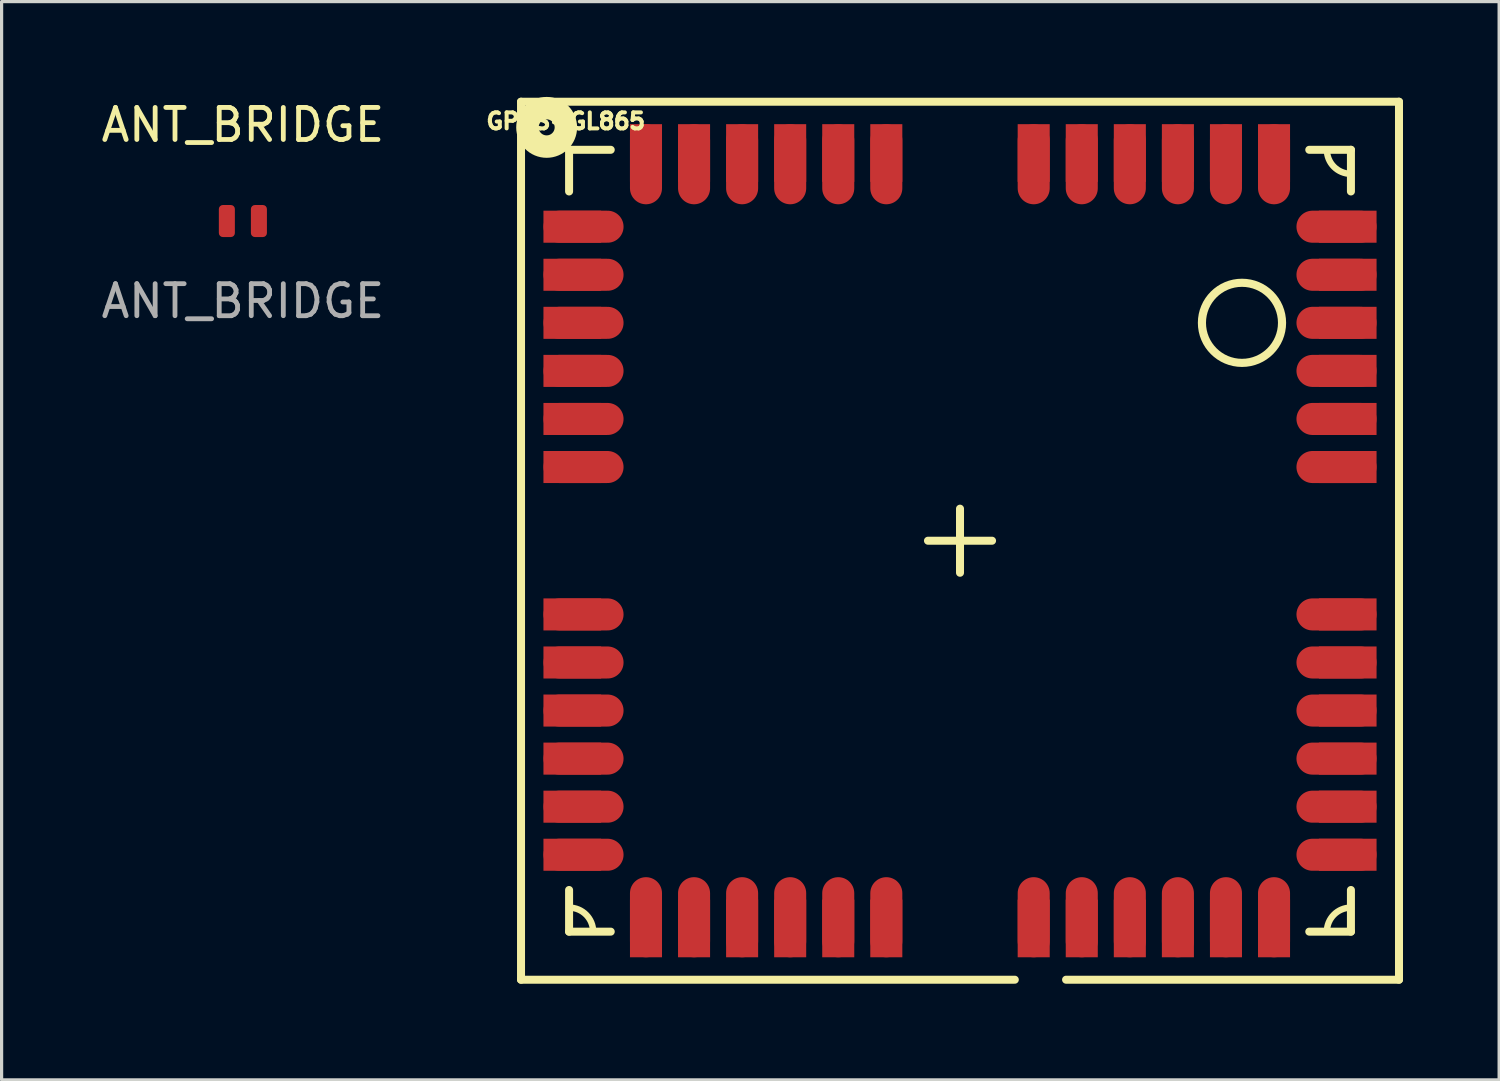
<source format=kicad_pcb>
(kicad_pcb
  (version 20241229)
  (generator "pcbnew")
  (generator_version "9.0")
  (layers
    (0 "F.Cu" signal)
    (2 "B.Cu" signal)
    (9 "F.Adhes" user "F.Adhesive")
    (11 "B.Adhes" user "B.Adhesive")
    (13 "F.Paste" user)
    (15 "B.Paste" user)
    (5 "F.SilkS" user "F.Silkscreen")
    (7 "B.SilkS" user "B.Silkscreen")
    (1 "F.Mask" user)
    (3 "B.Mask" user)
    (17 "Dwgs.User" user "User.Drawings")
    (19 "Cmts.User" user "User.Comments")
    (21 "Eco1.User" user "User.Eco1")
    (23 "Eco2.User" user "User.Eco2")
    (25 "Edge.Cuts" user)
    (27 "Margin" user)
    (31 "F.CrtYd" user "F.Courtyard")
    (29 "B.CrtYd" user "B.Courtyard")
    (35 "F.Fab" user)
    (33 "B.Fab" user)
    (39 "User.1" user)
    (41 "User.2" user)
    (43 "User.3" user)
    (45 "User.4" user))
  (footprint "GPRS-GL865"
    (layer "F.Cu")
    (at 26.91 13.825)
    (property "Reference" "GPRS-GL865" (at -14.85 -12.8 0) (unlocked yes) (layer "F.SilkS") (effects (font (size 0.5 0.5) (thickness 0.254)) (justify left bottom)))
    (fp_line (start -13.7 -13.7) (end 13.7 -13.7) (stroke (width 0.25) (type solid)) (layer "F.SilkS"))
    (fp_line (start -13.7 13.7) (end -13.7 -13.7) (stroke (width 0.25) (type solid)) (layer "F.SilkS"))
    (fp_line (start -13.7 13.7) (end 1.71 13.7) (stroke (width 0.25) (type solid)) (layer "F.SilkS"))
    (fp_line (start -12.2 -12.2) (end -10.9 -12.2) (stroke (width 0.25) (type solid)) (layer "F.SilkS"))
    (fp_line (start -12.2 -10.9) (end -12.2 -12.2) (stroke (width 0.25) (type solid)) (layer "F.SilkS"))
    (fp_line (start -12.2 12.2) (end -12.2 10.9) (stroke (width 0.25) (type solid)) (layer "F.SilkS"))
    (fp_line (start -12.2 12.2) (end -10.9 12.2) (stroke (width 0.25) (type solid)) (layer "F.SilkS"))
    (fp_line (start -1 -0.000002) (end 1 -0.000002) (stroke (width 0.25) (type solid)) (layer "F.SilkS"))
    (fp_line (start 0 1) (end 0 -1) (stroke (width 0.25) (type solid)) (layer "F.SilkS"))
    (fp_line (start 3.31 13.7) (end 13.7 13.7) (stroke (width 0.25) (type solid)) (layer "F.SilkS"))
    (fp_line (start 10.9 -12.2) (end 12.2 -12.2) (stroke (width 0.25) (type solid)) (layer "F.SilkS"))
    (fp_line (start 10.9 12.2) (end 12.2 12.2) (stroke (width 0.25) (type solid)) (layer "F.SilkS"))
    (fp_line (start 12.2 -10.9) (end 12.2 -12.2) (stroke (width 0.25) (type solid)) (layer "F.SilkS"))
    (fp_line (start 12.2 12.2) (end 12.2 10.9) (stroke (width 0.25) (type solid)) (layer "F.SilkS"))
    (fp_line (start 13.7 13.7) (end 13.7 -13.7) (stroke (width 0.25) (type solid)) (layer "F.SilkS"))
    (fp_arc (start -12.2 11.449996) (mid -11.66967 11.669666) (end -11.45 12.199996) (stroke (width 0.2) (type solid)) (layer "F.SilkS"))
    (fp_arc (start 11.450002 12.199996) (mid 11.669672 11.669666) (end 12.200002 11.449996) (stroke (width 0.2) (type solid)) (layer "F.SilkS"))
    (fp_arc (start 12.200002 -11.450003) (mid 11.669672 -11.669673) (end 11.450002 -12.200003) (stroke (width 0.2) (type solid)) (layer "F.SilkS"))
    (fp_circle (center -12.9 -12.9) (end -12.9 -13.15) (stroke (width 0.7) (type solid)) (fill no) (layer "F.SilkS"))
    (fp_circle (center 8.8 -6.8) (end 8.8 -8.05) (stroke (width 0.254) (type solid)) (fill no) (layer "F.SilkS"))
    (pad "1" smd rect (at -12.1 -9.8) (size 1.8 1) (layers "F.Cu" "F.Mask" "F.Paste"))
    (pad "1" smd oval (at -11.75 -9.8) (size 2.5 1) (layers "F.Cu" "F.Mask" "F.Paste"))
    (pad "2" smd rect (at -12.1 -8.3) (size 1.8 1) (layers "F.Cu" "F.Mask" "F.Paste"))
    (pad "2" smd oval (at -11.75 -8.3) (size 2.5 1) (layers "F.Cu" "F.Mask" "F.Paste"))
    (pad "3" smd rect (at -12.1 -6.8) (size 1.8 1) (layers "F.Cu" "F.Mask" "F.Paste"))
    (pad "3" smd oval (at -11.75 -6.8) (size 2.5 1) (layers "F.Cu" "F.Mask" "F.Paste"))
    (pad "4" smd rect (at -12.1 -5.3) (size 1.8 1) (layers "F.Cu" "F.Mask" "F.Paste"))
    (pad "4" smd oval (at -11.75 -5.3) (size 2.5 1) (layers "F.Cu" "F.Mask" "F.Paste"))
    (pad "5" smd rect (at -12.1 -3.8) (size 1.8 1) (layers "F.Cu" "F.Mask" "F.Paste"))
    (pad "5" smd oval (at -11.75 -3.8) (size 2.5 1) (layers "F.Cu" "F.Mask" "F.Paste"))
    (pad "6" smd rect (at -12.1 -2.3) (size 1.8 1) (layers "F.Cu" "F.Mask" "F.Paste"))
    (pad "6" smd oval (at -11.75 -2.3) (size 2.5 1) (layers "F.Cu" "F.Mask" "F.Paste"))
    (pad "7" smd rect (at -12.1 2.3) (size 1.8 1) (layers "F.Cu" "F.Mask" "F.Paste"))
    (pad "7" smd oval (at -11.75 2.3) (size 2.5 1) (layers "F.Cu" "F.Mask" "F.Paste"))
    (pad "8" smd rect (at -12.1 3.8) (size 1.8 1) (layers "F.Cu" "F.Mask" "F.Paste"))
    (pad "8" smd oval (at -11.75 3.8) (size 2.5 1) (layers "F.Cu" "F.Mask" "F.Paste"))
    (pad "9" smd rect (at -12.1 5.3) (size 1.8 1) (layers "F.Cu" "F.Mask" "F.Paste"))
    (pad "9" smd oval (at -11.75 5.3) (size 2.5 1) (layers "F.Cu" "F.Mask" "F.Paste"))
    (pad "10" smd rect (at -12.1 6.8) (size 1.8 1) (layers "F.Cu" "F.Mask" "F.Paste"))
    (pad "10" smd oval (at -11.75 6.8) (size 2.5 1) (layers "F.Cu" "F.Mask" "F.Paste"))
    (pad "11" smd rect (at -12.1 8.3) (size 1.8 1) (layers "F.Cu" "F.Mask" "F.Paste"))
    (pad "11" smd oval (at -11.75 8.3) (size 2.5 1) (layers "F.Cu" "F.Mask" "F.Paste"))
    (pad "12" smd rect (at -12.1 9.8) (size 1.8 1) (layers "F.Cu" "F.Mask" "F.Paste"))
    (pad "12" smd oval (at -11.75 9.8) (size 2.5 1) (layers "F.Cu" "F.Mask" "F.Paste"))
    (pad "13" smd oval (at -9.8 11.75 270) (size 2.5 1) (layers "F.Cu" "F.Mask" "F.Paste"))
    (pad "13" smd rect (at -9.8 12.1 270) (size 1.8 1) (layers "F.Cu" "F.Mask" "F.Paste"))
    (pad "14" smd oval (at -8.3 11.75 270) (size 2.5 1) (layers "F.Cu" "F.Mask" "F.Paste"))
    (pad "14" smd rect (at -8.3 12.1 270) (size 1.8 1) (layers "F.Cu" "F.Mask" "F.Paste"))
    (pad "15" smd oval (at -6.8 11.75 270) (size 2.5 1) (layers "F.Cu" "F.Mask" "F.Paste"))
    (pad "15" smd rect (at -6.8 12.1 270) (size 1.8 1) (layers "F.Cu" "F.Mask" "F.Paste"))
    (pad "16" smd oval (at -5.3 11.75 270) (size 2.5 1) (layers "F.Cu" "F.Mask" "F.Paste"))
    (pad "16" smd rect (at -5.3 12.1 270) (size 1.8 1) (layers "F.Cu" "F.Mask" "F.Paste"))
    (pad "17" smd oval (at -3.8 11.75 270) (size 2.5 1) (layers "F.Cu" "F.Mask" "F.Paste"))
    (pad "17" smd rect (at -3.8 12.1 270) (size 1.8 1) (layers "F.Cu" "F.Mask" "F.Paste"))
    (pad "18" smd oval (at -2.3 11.75 270) (size 2.5 1) (layers "F.Cu" "F.Mask" "F.Paste"))
    (pad "18" smd rect (at -2.3 12.1 270) (size 1.8 1) (layers "F.Cu" "F.Mask" "F.Paste"))
    (pad "19" smd oval (at 2.3 11.75 270) (size 2.5 1) (layers "F.Cu" "F.Mask" "F.Paste"))
    (pad "19" smd rect (at 2.3 12.1 270) (size 1.8 1) (layers "F.Cu" "F.Mask" "F.Paste"))
    (pad "20" smd oval (at 3.8 11.75 270) (size 2.5 1) (layers "F.Cu" "F.Mask" "F.Paste"))
    (pad "20" smd rect (at 3.8 12.1 270) (size 1.8 1) (layers "F.Cu" "F.Mask" "F.Paste"))
    (pad "21" smd oval (at 5.3 11.75 270) (size 2.5 1) (layers "F.Cu" "F.Mask" "F.Paste"))
    (pad "21" smd rect (at 5.3 12.1 270) (size 1.8 1) (layers "F.Cu" "F.Mask" "F.Paste"))
    (pad "22" smd oval (at 6.8 11.75 270) (size 2.5 1) (layers "F.Cu" "F.Mask" "F.Paste"))
    (pad "22" smd rect (at 6.8 12.1 270) (size 1.8 1) (layers "F.Cu" "F.Mask" "F.Paste"))
    (pad "23" smd oval (at 8.3 11.75 270) (size 2.5 1) (layers "F.Cu" "F.Mask" "F.Paste"))
    (pad "23" smd rect (at 8.3 12.1 270) (size 1.8 1) (layers "F.Cu" "F.Mask" "F.Paste"))
    (pad "24" smd oval (at 9.8 11.75 270) (size 2.5 1) (layers "F.Cu" "F.Mask" "F.Paste"))
    (pad "24" smd rect (at 9.8 12.1 270) (size 1.8 1) (layers "F.Cu" "F.Mask" "F.Paste"))
    (pad "25" smd oval (at 11.75 9.8 180) (size 2.5 1) (layers "F.Cu" "F.Mask" "F.Paste"))
    (pad "25" smd rect (at 12.1 9.8 180) (size 1.8 1) (layers "F.Cu" "F.Mask" "F.Paste"))
    (pad "26" smd oval (at 11.75 8.3 180) (size 2.5 1) (layers "F.Cu" "F.Mask" "F.Paste"))
    (pad "26" smd rect (at 12.1 8.3 180) (size 1.8 1) (layers "F.Cu" "F.Mask" "F.Paste"))
    (pad "27" smd oval (at 11.75 6.8 180) (size 2.5 1) (layers "F.Cu" "F.Mask" "F.Paste"))
    (pad "27" smd rect (at 12.1 6.8 180) (size 1.8 1) (layers "F.Cu" "F.Mask" "F.Paste"))
    (pad "28" smd oval (at 11.75 5.3 180) (size 2.5 1) (layers "F.Cu" "F.Mask" "F.Paste"))
    (pad "28" smd rect (at 12.1 5.3 180) (size 1.8 1) (layers "F.Cu" "F.Mask" "F.Paste"))
    (pad "29" smd oval (at 11.75 3.8 180) (size 2.5 1) (layers "F.Cu" "F.Mask" "F.Paste"))
    (pad "29" smd rect (at 12.1 3.8 180) (size 1.8 1) (layers "F.Cu" "F.Mask" "F.Paste"))
    (pad "30" smd oval (at 11.75 2.3 180) (size 2.5 1) (layers "F.Cu" "F.Mask" "F.Paste"))
    (pad "30" smd rect (at 12.1 2.3 180) (size 1.8 1) (layers "F.Cu" "F.Mask" "F.Paste"))
    (pad "31" smd oval (at 11.75 -2.3 180) (size 2.5 1) (layers "F.Cu" "F.Mask" "F.Paste"))
    (pad "31" smd rect (at 12.1 -2.3 180) (size 1.8 1) (layers "F.Cu" "F.Mask" "F.Paste"))
    (pad "32" smd oval (at 11.75 -3.8 180) (size 2.5 1) (layers "F.Cu" "F.Mask" "F.Paste"))
    (pad "32" smd rect (at 12.1 -3.8 180) (size 1.8 1) (layers "F.Cu" "F.Mask" "F.Paste"))
    (pad "33" smd oval (at 11.75 -5.3 180) (size 2.5 1) (layers "F.Cu" "F.Mask" "F.Paste"))
    (pad "33" smd rect (at 12.1 -5.3 180) (size 1.8 1) (layers "F.Cu" "F.Mask" "F.Paste"))
    (pad "34" smd oval (at 11.75 -6.8 180) (size 2.5 1) (layers "F.Cu" "F.Mask" "F.Paste"))
    (pad "34" smd rect (at 12.1 -6.8 180) (size 1.8 1) (layers "F.Cu" "F.Mask" "F.Paste"))
    (pad "35" smd oval (at 11.75 -8.3 180) (size 2.5 1) (layers "F.Cu" "F.Mask" "F.Paste"))
    (pad "35" smd rect (at 12.1 -8.3 180) (size 1.8 1) (layers "F.Cu" "F.Mask" "F.Paste"))
    (pad "36" smd oval (at 11.75 -9.8 180) (size 2.5 1) (layers "F.Cu" "F.Mask" "F.Paste"))
    (pad "36" smd rect (at 12.1 -9.8 180) (size 1.8 1) (layers "F.Cu" "F.Mask" "F.Paste"))
    (pad "37" smd oval (at 9.8 -11.75 270) (size 2.5 1) (layers "F.Cu" "F.Mask" "F.Paste"))
    (pad "37" smd rect (at 9.8 -12.1 270) (size 1.8 1) (layers "F.Cu" "F.Mask" "F.Paste"))
    (pad "38" smd oval (at 8.3 -11.75 270) (size 2.5 1) (layers "F.Cu" "F.Mask" "F.Paste"))
    (pad "38" smd rect (at 8.3 -12.1 270) (size 1.8 1) (layers "F.Cu" "F.Mask" "F.Paste"))
    (pad "39" smd oval (at 6.8 -11.75 270) (size 2.5 1) (layers "F.Cu" "F.Mask" "F.Paste"))
    (pad "39" smd rect (at 6.8 -12.1 270) (size 1.8 1) (layers "F.Cu" "F.Mask" "F.Paste"))
    (pad "40" smd oval (at 5.3 -11.75 270) (size 2.5 1) (layers "F.Cu" "F.Mask" "F.Paste"))
    (pad "40" smd rect (at 5.3 -12.1 270) (size 1.8 1) (layers "F.Cu" "F.Mask" "F.Paste"))
    (pad "41" smd oval (at 3.8 -11.75 270) (size 2.5 1) (layers "F.Cu" "F.Mask" "F.Paste"))
    (pad "41" smd rect (at 3.8 -12.1 270) (size 1.8 1) (layers "F.Cu" "F.Mask" "F.Paste"))
    (pad "42" smd oval (at 2.3 -11.75 270) (size 2.5 1) (layers "F.Cu" "F.Mask" "F.Paste"))
    (pad "42" smd rect (at 2.3 -12.1 270) (size 1.8 1) (layers "F.Cu" "F.Mask" "F.Paste"))
    (pad "43" smd oval (at -2.3 -11.75 270) (size 2.5 1) (layers "F.Cu" "F.Mask" "F.Paste"))
    (pad "43" smd rect (at -2.3 -12.1 270) (size 1.8 1) (layers "F.Cu" "F.Mask" "F.Paste"))
    (pad "44" smd oval (at -3.8 -11.75 270) (size 2.5 1) (layers "F.Cu" "F.Mask" "F.Paste"))
    (pad "44" smd rect (at -3.8 -12.1 270) (size 1.8 1) (layers "F.Cu" "F.Mask" "F.Paste"))
    (pad "45" smd oval (at -5.3 -11.75 270) (size 2.5 1) (layers "F.Cu" "F.Mask" "F.Paste"))
    (pad "45" smd rect (at -5.3 -12.1 270) (size 1.8 1) (layers "F.Cu" "F.Mask" "F.Paste"))
    (pad "46" smd oval (at -6.8 -11.75 270) (size 2.5 1) (layers "F.Cu" "F.Mask" "F.Paste"))
    (pad "46" smd rect (at -6.8 -12.1 270) (size 1.8 1) (layers "F.Cu" "F.Mask" "F.Paste"))
    (pad "47" smd oval (at -8.3 -11.75 270) (size 2.5 1) (layers "F.Cu" "F.Mask" "F.Paste"))
    (pad "47" smd rect (at -8.3 -12.1 270) (size 1.8 1) (layers "F.Cu" "F.Mask" "F.Paste"))
    (pad "48" smd oval (at -9.8 -11.75 270) (size 2.5 1) (layers "F.Cu" "F.Mask" "F.Paste"))
    (pad "48" smd rect (at -9.8 -12.1 270) (size 1.8 1) (layers "F.Cu" "F.Mask" "F.Paste")))
  (footprint "ANT_BRIDGE"
    (layer "F.Cu")
    (at 4.53 3.848)
    (property "Reference" "ANT_BRIDGE" (at 0 -3 0) (unlocked yes) (layer "F.SilkS") (effects (font (size 1 1) (thickness 0.15))))
    (attr smd)
    (fp_text user "${REFERENCE}" (at 0 2.5 0) (unlocked yes) (layer "F.Fab") (effects (font (size 1 1) (thickness 0.15))))
    (pad "1" smd roundrect (at 0.5 0) (size 0.5 1) (layers "F.Cu" "F.Mask" "F.Paste") (roundrect_rratio 0.25))
    (pad "2" smd roundrect (at -0.5 0) (size 0.5 1) (layers "F.Cu" "F.Mask" "F.Paste") (roundrect_rratio 0.25)))
  (gr_rect
    (start -3 -3)
    (end 43.735 30.65)
    (stroke (width 0.1) (type default))
    (fill no)
    (layer "Edge.Cuts")))
</source>
